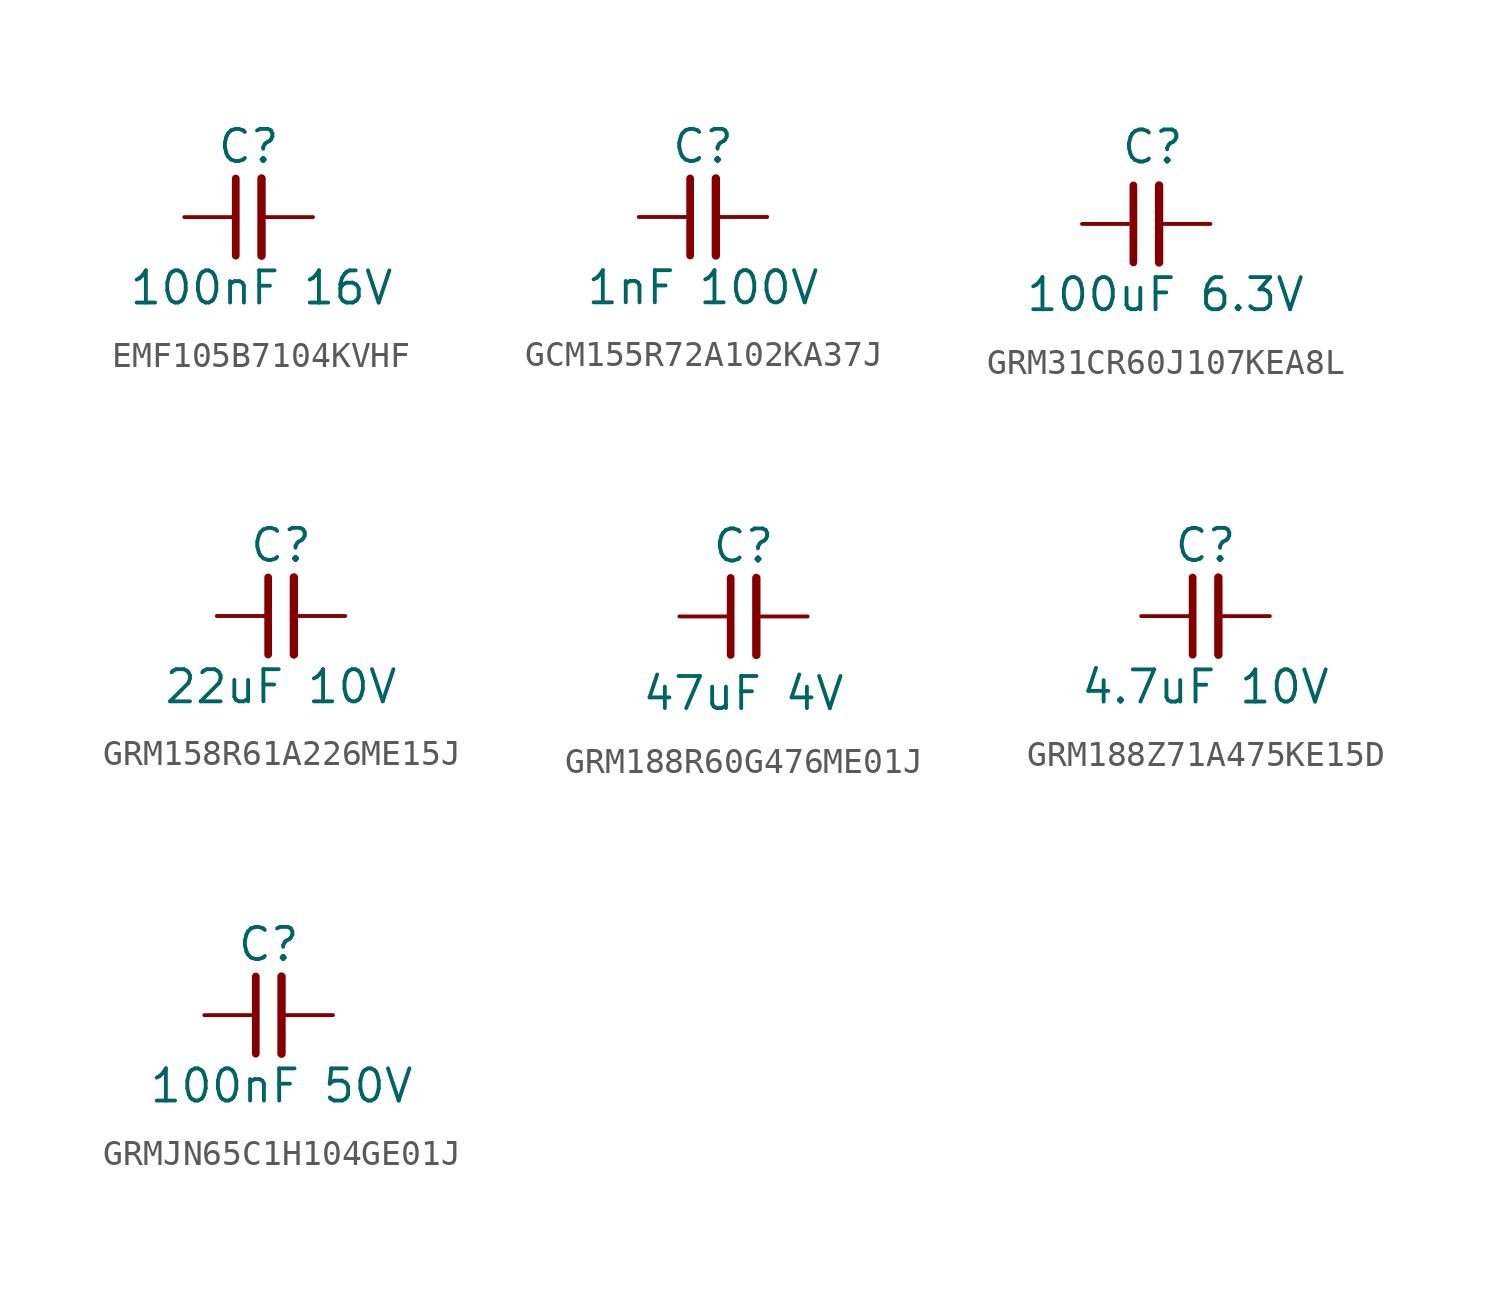
<source format=kicad_sym>
(kicad_symbol_lib
  (version 20241209)
  (generator "kicad_symbol_editor")
  (generator_version "9.0")
  (symbol "EMF105B7104KVHF"
    (pin_numbers
      (hide yes))
    (property "Reference" "C"
      (at 0 2.794 0)
      (effects (font (size 1.27 1.27))))
    (property "Value" "100nF 16V"
      (at 0.508 -2.794 0)
      (effects (font (size 1.27 1.27))))
    (symbol "EMF105B7104KVHF_0_1"
      (polyline (pts (xy -0.508 -1.524) (xy -0.508 1.524)) (stroke (width 0.305) (type default)) (fill (type none)))
      (polyline (pts (xy 0.508 -1.524) (xy 0.508 1.524)) (stroke (width 0.33) (type default)) (fill (type none))))
    (symbol "EMF105B7104KVHF_1_1"
      (pin passive line (at -2.54 0 0) (length 2.032) (name "~" (effects (font (size 1.27 1.27)))) (number "1" (effects (font (size 1.27 1.27)))))
      (pin passive line (at 2.54 0 180) (length 2.032) (name "~" (effects (font (size 1.27 1.27)))) (number "2" (effects (font (size 1.27 1.27)))))))
  (symbol "GCM155R72A102KA37J"
    (pin_numbers
      (hide yes))
    (property "Reference" "C"
      (at 0 2.794 0)
      (effects (font (size 1.27 1.27))))
    (property "Value" "1nF 100V"
      (at 0 -2.794 0)
      (effects (font (size 1.27 1.27))))
    (symbol "GCM155R72A102KA37J_0_1"
      (polyline (pts (xy -0.508 -1.524) (xy -0.508 1.524)) (stroke (width 0.305) (type default)) (fill (type none)))
      (polyline (pts (xy 0.508 -1.524) (xy 0.508 1.524)) (stroke (width 0.33) (type default)) (fill (type none))))
    (symbol "GCM155R72A102KA37J_1_1"
      (pin passive line (at -2.54 0 0) (length 2.032) (name "~" (effects (font (size 1.27 1.27)))) (number "1" (effects (font (size 1.27 1.27)))))
      (pin passive line (at 2.54 0 180) (length 2.032) (name "~" (effects (font (size 1.27 1.27)))) (number "2" (effects (font (size 1.27 1.27)))))))
  (symbol "GRM31CR60J107KEA8L"
    (pin_numbers
      (hide yes))
    (property "Reference" "C"
      (at 0.254 3.048 0)
      (effects (font (size 1.27 1.27))))
    (property "Value" "100uF 6.3V"
      (at 0.762 -2.794 0)
      (effects (font (size 1.27 1.27))))
    (symbol "GRM31CR60J107KEA8L_0_1"
      (polyline (pts (xy -0.508 -1.524) (xy -0.508 1.524)) (stroke (width 0.305) (type default)) (fill (type none)))
      (polyline (pts (xy 0.508 -1.524) (xy 0.508 1.524)) (stroke (width 0.33) (type default)) (fill (type none))))
    (symbol "GRM31CR60J107KEA8L_1_1"
      (pin passive line (at -2.54 0 0) (length 2.032) (name "~" (effects (font (size 1.27 1.27)))) (number "1" (effects (font (size 1.27 1.27)))))
      (pin passive line (at 2.54 0 180) (length 2.032) (name "~" (effects (font (size 1.27 1.27)))) (number "2" (effects (font (size 1.27 1.27)))))))
  (symbol "GRM158R61A226ME15J"
    (pin_numbers
      (hide yes))
    (property "Reference" "C"
      (at 0 2.794 0)
      (effects (font (size 1.27 1.27))))
    (property "Value" "22uF 10V"
      (at 0 -2.794 0)
      (effects (font (size 1.27 1.27))))
    (symbol "GRM158R61A226ME15J_0_1"
      (polyline (pts (xy -0.508 -1.524) (xy -0.508 1.524)) (stroke (width 0.305) (type default)) (fill (type none)))
      (polyline (pts (xy 0.508 -1.524) (xy 0.508 1.524)) (stroke (width 0.33) (type default)) (fill (type none))))
    (symbol "GRM158R61A226ME15J_1_1"
      (pin passive line (at -2.54 0 0) (length 2.032) (name "~" (effects (font (size 1.27 1.27)))) (number "1" (effects (font (size 1.27 1.27)))))
      (pin passive line (at 2.54 0 180) (length 2.032) (name "~" (effects (font (size 1.27 1.27)))) (number "2" (effects (font (size 1.27 1.27)))))))
  (symbol "GRM188R60G476ME01J"
    (pin_numbers
      (hide yes))
    (property "Reference" "C"
      (at 0 2.794 0)
      (effects (font (size 1.27 1.27))))
    (property "Value" "47uF 4V"
      (at 0 -3.048 0)
      (effects (font (size 1.27 1.27))))
    (symbol "GRM188R60G476ME01J_0_1"
      (polyline (pts (xy -0.508 -1.524) (xy -0.508 1.524)) (stroke (width 0.305) (type default)) (fill (type none)))
      (polyline (pts (xy 0.508 -1.524) (xy 0.508 1.524)) (stroke (width 0.33) (type default)) (fill (type none))))
    (symbol "GRM188R60G476ME01J_1_1"
      (pin passive line (at -2.54 0 0) (length 2.032) (name "~" (effects (font (size 1.27 1.27)))) (number "1" (effects (font (size 1.27 1.27)))))
      (pin passive line (at 2.54 0 180) (length 2.032) (name "~" (effects (font (size 1.27 1.27)))) (number "2" (effects (font (size 1.27 1.27)))))))
  (symbol "GRM188Z71A475KE15D"
    (pin_numbers
      (hide yes))
    (property "Reference" "C"
      (at 0 2.794 0)
      (effects (font (size 1.27 1.27))))
    (property "Value" "4.7uF 10V"
      (at 0 -2.794 0)
      (effects (font (size 1.27 1.27))))
    (symbol "GRM188Z71A475KE15D_0_1"
      (polyline (pts (xy -0.508 -1.524) (xy -0.508 1.524)) (stroke (width 0.305) (type default)) (fill (type none)))
      (polyline (pts (xy 0.508 -1.524) (xy 0.508 1.524)) (stroke (width 0.33) (type default)) (fill (type none))))
    (symbol "GRM188Z71A475KE15D_1_1"
      (pin passive line (at -2.54 0 0) (length 2.032) (name "~" (effects (font (size 1.27 1.27)))) (number "1" (effects (font (size 1.27 1.27)))))
      (pin passive line (at 2.54 0 180) (length 2.032) (name "~" (effects (font (size 1.27 1.27)))) (number "2" (effects (font (size 1.27 1.27)))))))
  (symbol "GRMJN65C1H104GE01J"
    (pin_numbers
      (hide yes))
    (property "Reference" "C"
      (at 0 2.794 0)
      (effects (font (size 1.27 1.27))))
    (property "Value" "100nF 50V"
      (at 0.508 -2.794 0)
      (effects (font (size 1.27 1.27))))
    (symbol "GRMJN65C1H104GE01J_0_1"
      (polyline (pts (xy -0.508 -1.524) (xy -0.508 1.524)) (stroke (width 0.305) (type default)) (fill (type none)))
      (polyline (pts (xy 0.508 -1.524) (xy 0.508 1.524)) (stroke (width 0.33) (type default)) (fill (type none))))
    (symbol "GRMJN65C1H104GE01J_1_1"
      (pin passive line (at -2.54 0 0) (length 2.032) (name "~" (effects (font (size 1.27 1.27)))) (number "1" (effects (font (size 1.27 1.27)))))
      (pin passive line (at 2.54 0 180) (length 2.032) (name "~" (effects (font (size 1.27 1.27)))) (number "2" (effects (font (size 1.27 1.27))))))))
</source>
